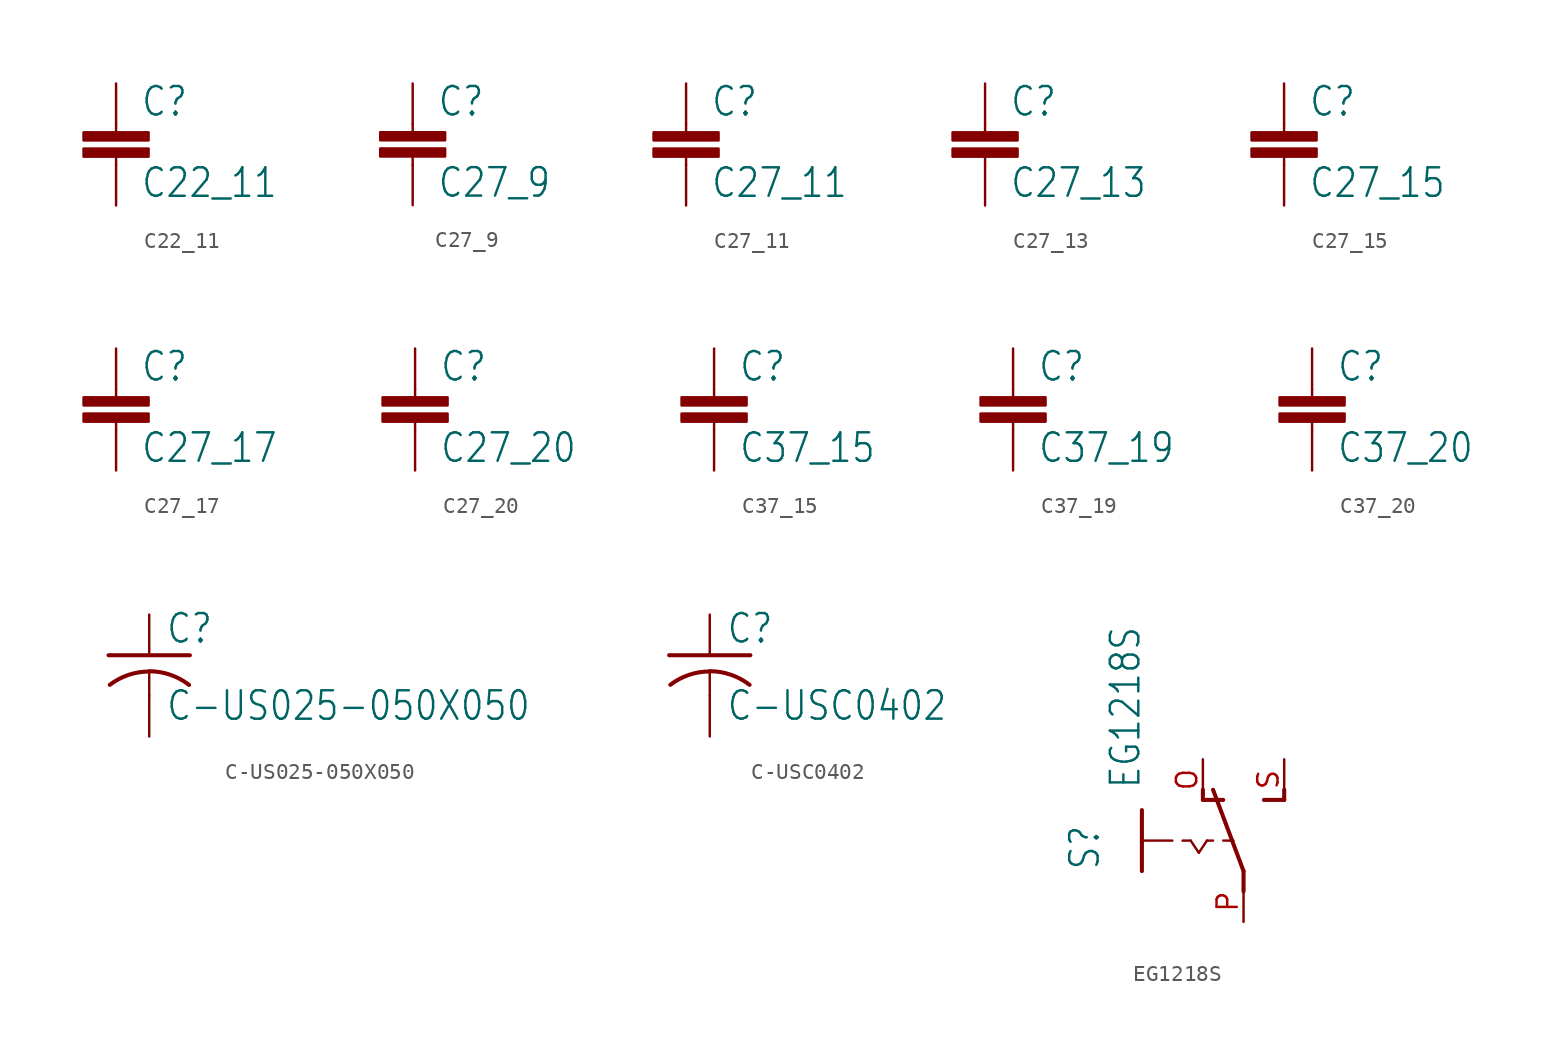
<source format=kicad_sym>
(kicad_symbol_lib
  (version 20200126)
  (host kicad_symbol_editor "(5.99.0-2281-g2f31bf278-dirty)")
  (symbol "C22_11"
    (property "Reference" "C"
      (at 1.524 0.381 0)
      (effects (font (size 1.778 1.511)) (justify left bottom)))
    (property "Value" "C22_11"
      (at 1.524 -4.699 0)
      (effects (font (size 1.778 1.511)) (justify left bottom)))
    (property "ki_locked" ""
      (at 0 0 0)
      (effects (font (size 1.27 1.27))))
    (symbol "C22_11_1_0"
      (rectangle (start -2.032 -1.016) (end 2.032 -0.508) (stroke (width 0)) (fill (type outline)))
      (rectangle (start -2.032 -2.032) (end 2.032 -1.524) (stroke (width 0)) (fill (type outline)))
      (polyline (pts (xy 0 -2.54) (xy 0 -2.032)) (stroke (width 0.152)) (fill (type none)))
      (polyline (pts (xy 0 0) (xy 0 -0.508)) (stroke (width 0.152)) (fill (type none)))
      (pin passive line (at 0 2.54 270) (length 2.54) (name "1" (effects (font (size 0 0)))) (number "1" (effects (font (size 0 0)))))
      (pin passive line (at 0 -5.08 90) (length 2.54) (name "2" (effects (font (size 0 0)))) (number "2" (effects (font (size 0 0)))))))
  (symbol "C27_9"
    (property "Reference" "C"
      (at 1.524 0.381 0)
      (effects (font (size 1.778 1.511)) (justify left bottom)))
    (property "Value" "C27_9"
      (at 1.524 -4.699 0)
      (effects (font (size 1.778 1.511)) (justify left bottom)))
    (property "ki_locked" ""
      (at 0 0 0)
      (effects (font (size 1.27 1.27))))
    (symbol "C27_9_1_0"
      (rectangle (start -2.032 -1.016) (end 2.032 -0.508) (stroke (width 0)) (fill (type outline)))
      (rectangle (start -2.032 -2.032) (end 2.032 -1.524) (stroke (width 0)) (fill (type outline)))
      (polyline (pts (xy 0 -2.54) (xy 0 -2.032)) (stroke (width 0.152)) (fill (type none)))
      (polyline (pts (xy 0 0) (xy 0 -0.508)) (stroke (width 0.152)) (fill (type none)))
      (pin passive line (at 0 2.54 270) (length 2.54) (name "1" (effects (font (size 0 0)))) (number "1" (effects (font (size 0 0)))))
      (pin passive line (at 0 -5.08 90) (length 2.54) (name "2" (effects (font (size 0 0)))) (number "2" (effects (font (size 0 0)))))))
  (symbol "C27_11"
    (property "Reference" "C"
      (at 1.524 0.381 0)
      (effects (font (size 1.778 1.511)) (justify left bottom)))
    (property "Value" "C27_11"
      (at 1.524 -4.699 0)
      (effects (font (size 1.778 1.511)) (justify left bottom)))
    (property "ki_locked" ""
      (at 0 0 0)
      (effects (font (size 1.27 1.27))))
    (symbol "C27_11_1_0"
      (rectangle (start -2.032 -1.016) (end 2.032 -0.508) (stroke (width 0)) (fill (type outline)))
      (rectangle (start -2.032 -2.032) (end 2.032 -1.524) (stroke (width 0)) (fill (type outline)))
      (polyline (pts (xy 0 -2.54) (xy 0 -2.032)) (stroke (width 0.152)) (fill (type none)))
      (polyline (pts (xy 0 0) (xy 0 -0.508)) (stroke (width 0.152)) (fill (type none)))
      (pin passive line (at 0 2.54 270) (length 2.54) (name "1" (effects (font (size 0 0)))) (number "1" (effects (font (size 0 0)))))
      (pin passive line (at 0 -5.08 90) (length 2.54) (name "2" (effects (font (size 0 0)))) (number "2" (effects (font (size 0 0)))))))
  (symbol "C27_13"
    (property "Reference" "C"
      (at 1.524 0.381 0)
      (effects (font (size 1.778 1.511)) (justify left bottom)))
    (property "Value" "C27_13"
      (at 1.524 -4.699 0)
      (effects (font (size 1.778 1.511)) (justify left bottom)))
    (property "ki_locked" ""
      (at 0 0 0)
      (effects (font (size 1.27 1.27))))
    (symbol "C27_13_1_0"
      (rectangle (start -2.032 -1.016) (end 2.032 -0.508) (stroke (width 0)) (fill (type outline)))
      (rectangle (start -2.032 -2.032) (end 2.032 -1.524) (stroke (width 0)) (fill (type outline)))
      (polyline (pts (xy 0 -2.54) (xy 0 -2.032)) (stroke (width 0.152)) (fill (type none)))
      (polyline (pts (xy 0 0) (xy 0 -0.508)) (stroke (width 0.152)) (fill (type none)))
      (pin passive line (at 0 2.54 270) (length 2.54) (name "1" (effects (font (size 0 0)))) (number "1" (effects (font (size 0 0)))))
      (pin passive line (at 0 -5.08 90) (length 2.54) (name "2" (effects (font (size 0 0)))) (number "2" (effects (font (size 0 0)))))))
  (symbol "C27_15"
    (property "Reference" "C"
      (at 1.524 0.381 0)
      (effects (font (size 1.778 1.511)) (justify left bottom)))
    (property "Value" "C27_15"
      (at 1.524 -4.699 0)
      (effects (font (size 1.778 1.511)) (justify left bottom)))
    (property "ki_locked" ""
      (at 0 0 0)
      (effects (font (size 1.27 1.27))))
    (symbol "C27_15_1_0"
      (rectangle (start -2.032 -1.016) (end 2.032 -0.508) (stroke (width 0)) (fill (type outline)))
      (rectangle (start -2.032 -2.032) (end 2.032 -1.524) (stroke (width 0)) (fill (type outline)))
      (polyline (pts (xy 0 -2.54) (xy 0 -2.032)) (stroke (width 0.152)) (fill (type none)))
      (polyline (pts (xy 0 0) (xy 0 -0.508)) (stroke (width 0.152)) (fill (type none)))
      (pin passive line (at 0 2.54 270) (length 2.54) (name "1" (effects (font (size 0 0)))) (number "1" (effects (font (size 0 0)))))
      (pin passive line (at 0 -5.08 90) (length 2.54) (name "2" (effects (font (size 0 0)))) (number "2" (effects (font (size 0 0)))))))
  (symbol "C27_17"
    (property "Reference" "C"
      (at 1.524 0.381 0)
      (effects (font (size 1.778 1.511)) (justify left bottom)))
    (property "Value" "C27_17"
      (at 1.524 -4.699 0)
      (effects (font (size 1.778 1.511)) (justify left bottom)))
    (property "ki_locked" ""
      (at 0 0 0)
      (effects (font (size 1.27 1.27))))
    (symbol "C27_17_1_0"
      (rectangle (start -2.032 -1.016) (end 2.032 -0.508) (stroke (width 0)) (fill (type outline)))
      (rectangle (start -2.032 -2.032) (end 2.032 -1.524) (stroke (width 0)) (fill (type outline)))
      (polyline (pts (xy 0 -2.54) (xy 0 -2.032)) (stroke (width 0.152)) (fill (type none)))
      (polyline (pts (xy 0 0) (xy 0 -0.508)) (stroke (width 0.152)) (fill (type none)))
      (pin passive line (at 0 2.54 270) (length 2.54) (name "1" (effects (font (size 0 0)))) (number "1" (effects (font (size 0 0)))))
      (pin passive line (at 0 -5.08 90) (length 2.54) (name "2" (effects (font (size 0 0)))) (number "2" (effects (font (size 0 0)))))))
  (symbol "C27_20"
    (property "Reference" "C"
      (at 1.524 0.381 0)
      (effects (font (size 1.778 1.511)) (justify left bottom)))
    (property "Value" "C27_20"
      (at 1.524 -4.699 0)
      (effects (font (size 1.778 1.511)) (justify left bottom)))
    (property "ki_locked" ""
      (at 0 0 0)
      (effects (font (size 1.27 1.27))))
    (symbol "C27_20_1_0"
      (rectangle (start -2.032 -1.016) (end 2.032 -0.508) (stroke (width 0)) (fill (type outline)))
      (rectangle (start -2.032 -2.032) (end 2.032 -1.524) (stroke (width 0)) (fill (type outline)))
      (polyline (pts (xy 0 -2.54) (xy 0 -2.032)) (stroke (width 0.152)) (fill (type none)))
      (polyline (pts (xy 0 0) (xy 0 -0.508)) (stroke (width 0.152)) (fill (type none)))
      (pin passive line (at 0 2.54 270) (length 2.54) (name "1" (effects (font (size 0 0)))) (number "1" (effects (font (size 0 0)))))
      (pin passive line (at 0 -5.08 90) (length 2.54) (name "2" (effects (font (size 0 0)))) (number "2" (effects (font (size 0 0)))))))
  (symbol "C37_15"
    (property "Reference" "C"
      (at 1.524 0.381 0)
      (effects (font (size 1.778 1.511)) (justify left bottom)))
    (property "Value" "C37_15"
      (at 1.524 -4.699 0)
      (effects (font (size 1.778 1.511)) (justify left bottom)))
    (property "ki_locked" ""
      (at 0 0 0)
      (effects (font (size 1.27 1.27))))
    (symbol "C37_15_1_0"
      (rectangle (start -2.032 -1.016) (end 2.032 -0.508) (stroke (width 0)) (fill (type outline)))
      (rectangle (start -2.032 -2.032) (end 2.032 -1.524) (stroke (width 0)) (fill (type outline)))
      (polyline (pts (xy 0 -2.54) (xy 0 -2.032)) (stroke (width 0.152)) (fill (type none)))
      (polyline (pts (xy 0 0) (xy 0 -0.508)) (stroke (width 0.152)) (fill (type none)))
      (pin passive line (at 0 2.54 270) (length 2.54) (name "1" (effects (font (size 0 0)))) (number "1" (effects (font (size 0 0)))))
      (pin passive line (at 0 -5.08 90) (length 2.54) (name "2" (effects (font (size 0 0)))) (number "2" (effects (font (size 0 0)))))))
  (symbol "C37_19"
    (property "Reference" "C"
      (at 1.524 0.381 0)
      (effects (font (size 1.778 1.511)) (justify left bottom)))
    (property "Value" "C37_19"
      (at 1.524 -4.699 0)
      (effects (font (size 1.778 1.511)) (justify left bottom)))
    (property "ki_locked" ""
      (at 0 0 0)
      (effects (font (size 1.27 1.27))))
    (symbol "C37_19_1_0"
      (rectangle (start -2.032 -1.016) (end 2.032 -0.508) (stroke (width 0)) (fill (type outline)))
      (rectangle (start -2.032 -2.032) (end 2.032 -1.524) (stroke (width 0)) (fill (type outline)))
      (polyline (pts (xy 0 -2.54) (xy 0 -2.032)) (stroke (width 0.152)) (fill (type none)))
      (polyline (pts (xy 0 0) (xy 0 -0.508)) (stroke (width 0.152)) (fill (type none)))
      (pin passive line (at 0 2.54 270) (length 2.54) (name "1" (effects (font (size 0 0)))) (number "1" (effects (font (size 0 0)))))
      (pin passive line (at 0 -5.08 90) (length 2.54) (name "2" (effects (font (size 0 0)))) (number "2" (effects (font (size 0 0)))))))
  (symbol "C37_20"
    (property "Reference" "C"
      (at 1.524 0.381 0)
      (effects (font (size 1.778 1.511)) (justify left bottom)))
    (property "Value" "C37_20"
      (at 1.524 -4.699 0)
      (effects (font (size 1.778 1.511)) (justify left bottom)))
    (property "ki_locked" ""
      (at 0 0 0)
      (effects (font (size 1.27 1.27))))
    (symbol "C37_20_1_0"
      (rectangle (start -2.032 -1.016) (end 2.032 -0.508) (stroke (width 0)) (fill (type outline)))
      (rectangle (start -2.032 -2.032) (end 2.032 -1.524) (stroke (width 0)) (fill (type outline)))
      (polyline (pts (xy 0 -2.54) (xy 0 -2.032)) (stroke (width 0.152)) (fill (type none)))
      (polyline (pts (xy 0 0) (xy 0 -0.508)) (stroke (width 0.152)) (fill (type none)))
      (pin passive line (at 0 2.54 270) (length 2.54) (name "1" (effects (font (size 0 0)))) (number "1" (effects (font (size 0 0)))))
      (pin passive line (at 0 -5.08 90) (length 2.54) (name "2" (effects (font (size 0 0)))) (number "2" (effects (font (size 0 0)))))))
  (symbol "C-US025-050X050"
    (property "Reference" "C"
      (at 1.016 0.635 0)
      (effects (font (size 1.778 1.511)) (justify left bottom)))
    (property "Value" "C-US025-050X050"
      (at 1.016 -4.191 0)
      (effects (font (size 1.778 1.511)) (justify left bottom)))
    (property "ki_locked" ""
      (at 0 0 0)
      (effects (font (size 1.27 1.27))))
    (symbol "C-US025-050X050_1_0"
      (arc (start 2.4892 -1.8542) (end 0 -1) (radius (at 0 -5.0542) (length 4.0541) (angles 52.1 90)) (stroke (width 0.254)) (fill (type none)))
      (arc (start 0 -1.0161) (end -2.4668 -1.8504) (radius (at 0 -5.0799) (length 4.0638) (angles 90 127.4)) (stroke (width 0.254)) (fill (type none)))
      (polyline (pts (xy -2.54 0) (xy 2.54 0)) (stroke (width 0.254)) (fill (type none)))
      (polyline (pts (xy 0 -1.016) (xy 0 -2.54)) (stroke (width 0.152)) (fill (type none)))
      (pin passive line (at 0 2.54 270) (length 2.54) (name "1" (effects (font (size 0 0)))) (number "1" (effects (font (size 0 0)))))
      (pin passive line (at 0 -5.08 90) (length 2.54) (name "2" (effects (font (size 0 0)))) (number "2" (effects (font (size 0 0)))))))
  (symbol "C-USC0402"
    (property "Reference" "C"
      (at 1.016 0.635 0)
      (effects (font (size 1.778 1.511)) (justify left bottom)))
    (property "Value" "C-USC0402"
      (at 1.016 -4.191 0)
      (effects (font (size 1.778 1.511)) (justify left bottom)))
    (property "ki_locked" ""
      (at 0 0 0)
      (effects (font (size 1.27 1.27))))
    (symbol "C-USC0402_1_0"
      (arc (start 2.4892 -1.8542) (end 0 -1) (radius (at 0 -5.0542) (length 4.0541) (angles 52.1 90)) (stroke (width 0.254)) (fill (type none)))
      (arc (start 0 -1.0161) (end -2.4668 -1.8504) (radius (at 0 -5.0799) (length 4.0638) (angles 90 127.4)) (stroke (width 0.254)) (fill (type none)))
      (polyline (pts (xy -2.54 0) (xy 2.54 0)) (stroke (width 0.254)) (fill (type none)))
      (polyline (pts (xy 0 -1.016) (xy 0 -2.54)) (stroke (width 0.152)) (fill (type none)))
      (pin passive line (at 0 2.54 270) (length 2.54) (name "1" (effects (font (size 0 0)))) (number "1" (effects (font (size 0 0)))))
      (pin passive line (at 0 -5.08 90) (length 2.54) (name "2" (effects (font (size 0 0)))) (number "2" (effects (font (size 0 0)))))))
  (symbol "EG1218S"
    (property "Reference" "S"
      (at -6.35 -1.905 90)
      (effects (font (size 1.778 1.511)) (justify left bottom)))
    (property "Value" "EG1218S"
      (at -3.81 3.175 90)
      (effects (font (size 1.778 1.511)) (justify left bottom)))
    (property "ki_locked" ""
      (at 0 0 0)
      (effects (font (size 1.27 1.27))))
    (symbol "EG1218S_1_0"
      (polyline (pts (xy -3.81 1.905) (xy -3.81 0)) (stroke (width 0.254)) (fill (type none)))
      (polyline (pts (xy -3.81 0) (xy -1.905 0)) (stroke (width 0.152)) (fill (type none)))
      (polyline (pts (xy -3.81 0) (xy -3.81 -1.905)) (stroke (width 0.254)) (fill (type none)))
      (polyline (pts (xy -1.27 0) (xy -0.762 0)) (stroke (width 0.152)) (fill (type none)))
      (polyline (pts (xy 0.254 0) (xy 0.635 0)) (stroke (width 0.152)) (fill (type none)))
      (polyline (pts (xy 2.54 -3.175) (xy 2.54 -1.905)) (stroke (width 0.254)) (fill (type none)))
      (polyline (pts (xy 2.54 -1.905) (xy 0.635 3.175)) (stroke (width 0.254)) (fill (type none)))
      (polyline (pts (xy 3.81 2.54) (xy 5.08 2.54)) (stroke (width 0.254)) (fill (type none)))
      (polyline (pts (xy 5.08 2.54) (xy 5.08 3.175)) (stroke (width 0.254)) (fill (type none)))
      (polyline (pts (xy 0 2.54) (xy 1.27 2.54)) (stroke (width 0.254)) (fill (type none)))
      (polyline (pts (xy 0 2.54) (xy 0 3.175)) (stroke (width 0.254)) (fill (type none)))
      (polyline (pts (xy 1.27 0) (xy 1.905 0)) (stroke (width 0.152)) (fill (type none)))
      (polyline (pts (xy -0.762 0) (xy -0.254 -0.762)) (stroke (width 0.152)) (fill (type none)))
      (polyline (pts (xy -0.254 -0.762) (xy 0.254 0)) (stroke (width 0.152)) (fill (type none)))
      (pin passive line (at 2.54 -5.08 90) (length 2.54) (name "P" (effects (font (size 0 0)))) (number "P" (effects (font (size 1.27 1.27)))))
      (pin passive line (at 5.08 5.08 270) (length 2.54) (name "S" (effects (font (size 0 0)))) (number "S" (effects (font (size 1.27 1.27)))))
      (pin passive line (at 0 5.08 270) (length 2.54) (name "O" (effects (font (size 0 0)))) (number "O" (effects (font (size 1.27 1.27))))))))
</source>
